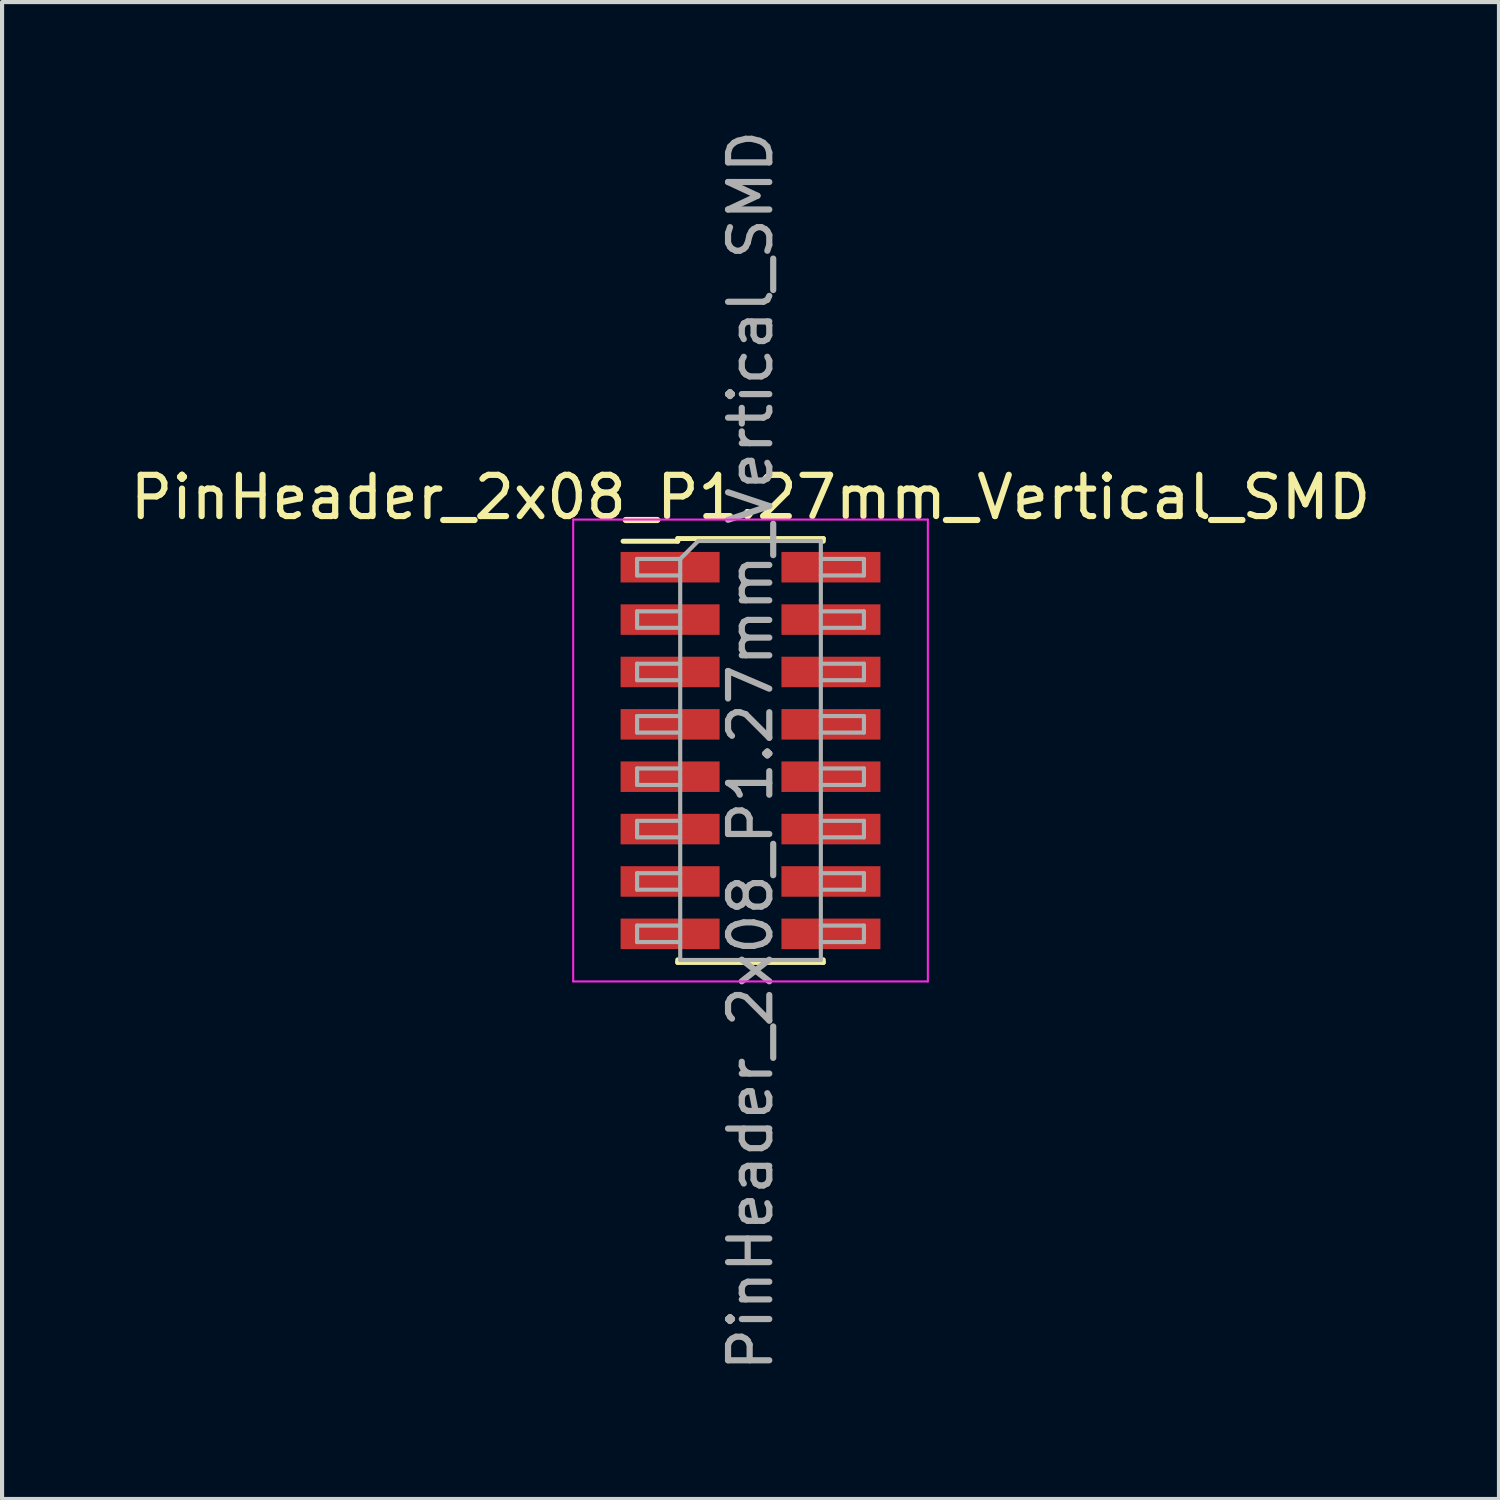
<source format=kicad_pcb>
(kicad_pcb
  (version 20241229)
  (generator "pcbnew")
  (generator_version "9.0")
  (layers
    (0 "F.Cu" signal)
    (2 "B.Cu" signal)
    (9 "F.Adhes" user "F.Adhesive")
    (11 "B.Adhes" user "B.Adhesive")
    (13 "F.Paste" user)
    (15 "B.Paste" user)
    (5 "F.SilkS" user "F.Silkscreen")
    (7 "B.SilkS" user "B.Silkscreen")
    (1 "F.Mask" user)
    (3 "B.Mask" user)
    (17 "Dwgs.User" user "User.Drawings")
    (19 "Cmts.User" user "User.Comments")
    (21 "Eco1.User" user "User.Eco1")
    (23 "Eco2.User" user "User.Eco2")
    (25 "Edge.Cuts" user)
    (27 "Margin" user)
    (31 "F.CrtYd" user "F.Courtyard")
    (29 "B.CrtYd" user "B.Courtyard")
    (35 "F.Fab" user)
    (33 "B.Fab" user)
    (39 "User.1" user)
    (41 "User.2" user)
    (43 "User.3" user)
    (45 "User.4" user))
  (footprint "PinHeader_2x08_P1.27mm_Vertical_SMD"
    (layer "F.Cu")
    (at 15.149 15.149)
    (property "Reference" "PinHeader_2x08_P1.27mm_Vertical_SMD" (at 0 -6.14 0) (layer "F.SilkS") (effects (font (size 1 1) (thickness 0.15))))
    (attr smd)
    (fp_line (start -3.09 -5.075) (end -1.765 -5.075) (stroke (width 0.12) (type solid)) (layer "F.SilkS"))
    (fp_line (start -1.765 -5.14) (end -1.765 -5.075) (stroke (width 0.12) (type solid)) (layer "F.SilkS"))
    (fp_line (start -1.765 -5.14) (end 1.765 -5.14) (stroke (width 0.12) (type solid)) (layer "F.SilkS"))
    (fp_line (start -1.765 5.075) (end -1.765 5.14) (stroke (width 0.12) (type solid)) (layer "F.SilkS"))
    (fp_line (start -1.765 5.14) (end 1.765 5.14) (stroke (width 0.12) (type solid)) (layer "F.SilkS"))
    (fp_line (start 1.765 -5.14) (end 1.765 -5.075) (stroke (width 0.12) (type solid)) (layer "F.SilkS"))
    (fp_line (start 1.765 5.075) (end 1.765 5.14) (stroke (width 0.12) (type solid)) (layer "F.SilkS"))
    (fp_line (start -4.3 -5.6) (end -4.3 5.6) (stroke (width 0.05) (type solid)) (layer "F.CrtYd"))
    (fp_line (start -4.3 5.6) (end 4.3 5.6) (stroke (width 0.05) (type solid)) (layer "F.CrtYd"))
    (fp_line (start 4.3 -5.6) (end -4.3 -5.6) (stroke (width 0.05) (type solid)) (layer "F.CrtYd"))
    (fp_line (start 4.3 5.6) (end 4.3 -5.6) (stroke (width 0.05) (type solid)) (layer "F.CrtYd"))
    (fp_line (start -2.75 -4.645) (end -2.75 -4.245) (stroke (width 0.1) (type solid)) (layer "F.Fab"))
    (fp_line (start -2.75 -4.245) (end -1.705 -4.245) (stroke (width 0.1) (type solid)) (layer "F.Fab"))
    (fp_line (start -2.75 -3.375) (end -2.75 -2.975) (stroke (width 0.1) (type solid)) (layer "F.Fab"))
    (fp_line (start -2.75 -2.975) (end -1.705 -2.975) (stroke (width 0.1) (type solid)) (layer "F.Fab"))
    (fp_line (start -2.75 -2.105) (end -2.75 -1.705) (stroke (width 0.1) (type solid)) (layer "F.Fab"))
    (fp_line (start -2.75 -1.705) (end -1.705 -1.705) (stroke (width 0.1) (type solid)) (layer "F.Fab"))
    (fp_line (start -2.75 -0.835) (end -2.75 -0.435) (stroke (width 0.1) (type solid)) (layer "F.Fab"))
    (fp_line (start -2.75 -0.435) (end -1.705 -0.435) (stroke (width 0.1) (type solid)) (layer "F.Fab"))
    (fp_line (start -2.75 0.435) (end -2.75 0.835) (stroke (width 0.1) (type solid)) (layer "F.Fab"))
    (fp_line (start -2.75 0.835) (end -1.705 0.835) (stroke (width 0.1) (type solid)) (layer "F.Fab"))
    (fp_line (start -2.75 1.705) (end -2.75 2.105) (stroke (width 0.1) (type solid)) (layer "F.Fab"))
    (fp_line (start -2.75 2.105) (end -1.705 2.105) (stroke (width 0.1) (type solid)) (layer "F.Fab"))
    (fp_line (start -2.75 2.975) (end -2.75 3.375) (stroke (width 0.1) (type solid)) (layer "F.Fab"))
    (fp_line (start -2.75 3.375) (end -1.705 3.375) (stroke (width 0.1) (type solid)) (layer "F.Fab"))
    (fp_line (start -2.75 4.245) (end -2.75 4.645) (stroke (width 0.1) (type solid)) (layer "F.Fab"))
    (fp_line (start -2.75 4.645) (end -1.705 4.645) (stroke (width 0.1) (type solid)) (layer "F.Fab"))
    (fp_line (start -1.705 -4.645) (end -2.75 -4.645) (stroke (width 0.1) (type solid)) (layer "F.Fab"))
    (fp_line (start -1.705 -4.645) (end -1.27 -5.08) (stroke (width 0.1) (type solid)) (layer "F.Fab"))
    (fp_line (start -1.705 -3.375) (end -2.75 -3.375) (stroke (width 0.1) (type solid)) (layer "F.Fab"))
    (fp_line (start -1.705 -2.105) (end -2.75 -2.105) (stroke (width 0.1) (type solid)) (layer "F.Fab"))
    (fp_line (start -1.705 -0.835) (end -2.75 -0.835) (stroke (width 0.1) (type solid)) (layer "F.Fab"))
    (fp_line (start -1.705 0.435) (end -2.75 0.435) (stroke (width 0.1) (type solid)) (layer "F.Fab"))
    (fp_line (start -1.705 1.705) (end -2.75 1.705) (stroke (width 0.1) (type solid)) (layer "F.Fab"))
    (fp_line (start -1.705 2.975) (end -2.75 2.975) (stroke (width 0.1) (type solid)) (layer "F.Fab"))
    (fp_line (start -1.705 4.245) (end -2.75 4.245) (stroke (width 0.1) (type solid)) (layer "F.Fab"))
    (fp_line (start -1.705 5.08) (end -1.705 -4.645) (stroke (width 0.1) (type solid)) (layer "F.Fab"))
    (fp_line (start -1.27 -5.08) (end 1.705 -5.08) (stroke (width 0.1) (type solid)) (layer "F.Fab"))
    (fp_line (start 1.705 -5.08) (end 1.705 5.08) (stroke (width 0.1) (type solid)) (layer "F.Fab"))
    (fp_line (start 1.705 -4.645) (end 2.75 -4.645) (stroke (width 0.1) (type solid)) (layer "F.Fab"))
    (fp_line (start 1.705 -3.375) (end 2.75 -3.375) (stroke (width 0.1) (type solid)) (layer "F.Fab"))
    (fp_line (start 1.705 -2.105) (end 2.75 -2.105) (stroke (width 0.1) (type solid)) (layer "F.Fab"))
    (fp_line (start 1.705 -0.835) (end 2.75 -0.835) (stroke (width 0.1) (type solid)) (layer "F.Fab"))
    (fp_line (start 1.705 0.435) (end 2.75 0.435) (stroke (width 0.1) (type solid)) (layer "F.Fab"))
    (fp_line (start 1.705 1.705) (end 2.75 1.705) (stroke (width 0.1) (type solid)) (layer "F.Fab"))
    (fp_line (start 1.705 2.975) (end 2.75 2.975) (stroke (width 0.1) (type solid)) (layer "F.Fab"))
    (fp_line (start 1.705 4.245) (end 2.75 4.245) (stroke (width 0.1) (type solid)) (layer "F.Fab"))
    (fp_line (start 1.705 5.08) (end -1.705 5.08) (stroke (width 0.1) (type solid)) (layer "F.Fab"))
    (fp_line (start 2.75 -4.645) (end 2.75 -4.245) (stroke (width 0.1) (type solid)) (layer "F.Fab"))
    (fp_line (start 2.75 -4.245) (end 1.705 -4.245) (stroke (width 0.1) (type solid)) (layer "F.Fab"))
    (fp_line (start 2.75 -3.375) (end 2.75 -2.975) (stroke (width 0.1) (type solid)) (layer "F.Fab"))
    (fp_line (start 2.75 -2.975) (end 1.705 -2.975) (stroke (width 0.1) (type solid)) (layer "F.Fab"))
    (fp_line (start 2.75 -2.105) (end 2.75 -1.705) (stroke (width 0.1) (type solid)) (layer "F.Fab"))
    (fp_line (start 2.75 -1.705) (end 1.705 -1.705) (stroke (width 0.1) (type solid)) (layer "F.Fab"))
    (fp_line (start 2.75 -0.835) (end 2.75 -0.435) (stroke (width 0.1) (type solid)) (layer "F.Fab"))
    (fp_line (start 2.75 -0.435) (end 1.705 -0.435) (stroke (width 0.1) (type solid)) (layer "F.Fab"))
    (fp_line (start 2.75 0.435) (end 2.75 0.835) (stroke (width 0.1) (type solid)) (layer "F.Fab"))
    (fp_line (start 2.75 0.835) (end 1.705 0.835) (stroke (width 0.1) (type solid)) (layer "F.Fab"))
    (fp_line (start 2.75 1.705) (end 2.75 2.105) (stroke (width 0.1) (type solid)) (layer "F.Fab"))
    (fp_line (start 2.75 2.105) (end 1.705 2.105) (stroke (width 0.1) (type solid)) (layer "F.Fab"))
    (fp_line (start 2.75 2.975) (end 2.75 3.375) (stroke (width 0.1) (type solid)) (layer "F.Fab"))
    (fp_line (start 2.75 3.375) (end 1.705 3.375) (stroke (width 0.1) (type solid)) (layer "F.Fab"))
    (fp_line (start 2.75 4.245) (end 2.75 4.645) (stroke (width 0.1) (type solid)) (layer "F.Fab"))
    (fp_line (start 2.75 4.645) (end 1.705 4.645) (stroke (width 0.1) (type solid)) (layer "F.Fab"))
    (fp_text user "${REFERENCE}" (at 0 0 90) (layer "F.Fab") (effects (font (size 1 1) (thickness 0.15))))
    (pad "1" smd rect (at -1.95 -4.445) (size 2.4 0.74) (layers "F.Cu" "F.Mask" "F.Paste"))
    (pad "2" smd rect (at 1.95 -4.445) (size 2.4 0.74) (layers "F.Cu" "F.Mask" "F.Paste"))
    (pad "3" smd rect (at -1.95 -3.175) (size 2.4 0.74) (layers "F.Cu" "F.Mask" "F.Paste"))
    (pad "4" smd rect (at 1.95 -3.175) (size 2.4 0.74) (layers "F.Cu" "F.Mask" "F.Paste"))
    (pad "5" smd rect (at -1.95 -1.905) (size 2.4 0.74) (layers "F.Cu" "F.Mask" "F.Paste"))
    (pad "6" smd rect (at 1.95 -1.905) (size 2.4 0.74) (layers "F.Cu" "F.Mask" "F.Paste"))
    (pad "7" smd rect (at -1.95 -0.635) (size 2.4 0.74) (layers "F.Cu" "F.Mask" "F.Paste"))
    (pad "8" smd rect (at 1.95 -0.635) (size 2.4 0.74) (layers "F.Cu" "F.Mask" "F.Paste"))
    (pad "9" smd rect (at -1.95 0.635) (size 2.4 0.74) (layers "F.Cu" "F.Mask" "F.Paste"))
    (pad "10" smd rect (at 1.95 0.635) (size 2.4 0.74) (layers "F.Cu" "F.Mask" "F.Paste"))
    (pad "11" smd rect (at -1.95 1.905) (size 2.4 0.74) (layers "F.Cu" "F.Mask" "F.Paste"))
    (pad "12" smd rect (at 1.95 1.905) (size 2.4 0.74) (layers "F.Cu" "F.Mask" "F.Paste"))
    (pad "13" smd rect (at -1.95 3.175) (size 2.4 0.74) (layers "F.Cu" "F.Mask" "F.Paste"))
    (pad "14" smd rect (at 1.95 3.175) (size 2.4 0.74) (layers "F.Cu" "F.Mask" "F.Paste"))
    (pad "15" smd rect (at -1.95 4.445) (size 2.4 0.74) (layers "F.Cu" "F.Mask" "F.Paste"))
    (pad "16" smd rect (at 1.95 4.445) (size 2.4 0.74) (layers "F.Cu" "F.Mask" "F.Paste")))
  (gr_rect
    (start -3 -3)
    (end 33.298 33.298)
    (stroke (width 0.1) (type default))
    (fill no)
    (layer "Edge.Cuts")))
</source>
